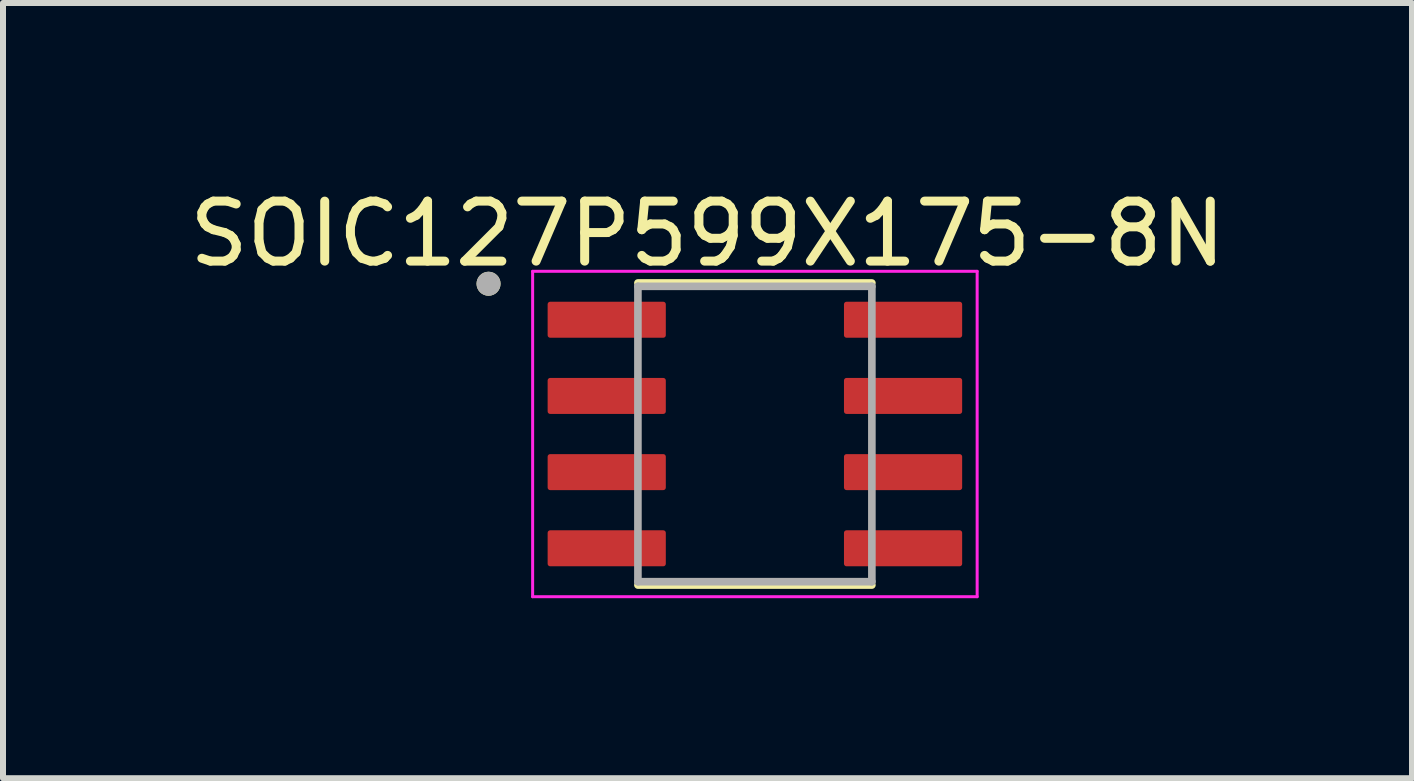
<source format=kicad_pcb>
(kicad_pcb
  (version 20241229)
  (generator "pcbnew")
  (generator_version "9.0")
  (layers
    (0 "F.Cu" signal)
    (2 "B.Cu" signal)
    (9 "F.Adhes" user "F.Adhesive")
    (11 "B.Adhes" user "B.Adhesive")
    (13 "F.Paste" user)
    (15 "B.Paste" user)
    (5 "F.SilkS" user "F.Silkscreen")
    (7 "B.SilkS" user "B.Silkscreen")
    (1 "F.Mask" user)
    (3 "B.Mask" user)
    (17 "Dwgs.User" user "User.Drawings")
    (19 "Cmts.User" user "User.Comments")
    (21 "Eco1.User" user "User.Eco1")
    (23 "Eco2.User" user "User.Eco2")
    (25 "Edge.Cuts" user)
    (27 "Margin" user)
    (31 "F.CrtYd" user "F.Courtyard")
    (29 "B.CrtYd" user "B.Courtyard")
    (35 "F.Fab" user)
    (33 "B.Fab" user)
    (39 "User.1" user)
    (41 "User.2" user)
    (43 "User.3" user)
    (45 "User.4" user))
  (footprint "SOIC127P599X175-8N"
    (layer "F.Cu")
    (at 9.534 4.185)
    (property "Reference" "SOIC127P599X175-8N" (at -0.79 -3.337 0) (layer "F.SilkS") (effects (font (size 1 1) (thickness 0.15))))
    (attr through_hole)
    (fp_line (start -1.95 -2.518) (end 1.95 -2.518) (stroke (width 0.127) (type solid)) (layer "F.SilkS"))
    (fp_line (start -1.95 2.518) (end 1.95 2.518) (stroke (width 0.127) (type solid)) (layer "F.SilkS"))
    (fp_circle (center -4.44 -2.505) (end -4.34 -2.505) (stroke (width 0.2) (type solid)) (fill no) (layer "F.SilkS"))
    (fp_line (start -3.705 -2.712) (end -3.705 2.712) (stroke (width 0.05) (type solid)) (layer "F.CrtYd"))
    (fp_line (start -3.705 -2.712) (end 3.705 -2.712) (stroke (width 0.05) (type solid)) (layer "F.CrtYd"))
    (fp_line (start -3.705 2.712) (end 3.705 2.712) (stroke (width 0.05) (type solid)) (layer "F.CrtYd"))
    (fp_line (start 3.705 -2.712) (end 3.705 2.712) (stroke (width 0.05) (type solid)) (layer "F.CrtYd"))
    (fp_line (start -1.95 -2.462) (end -1.95 2.462) (stroke (width 0.127) (type solid)) (layer "F.Fab"))
    (fp_line (start -1.95 -2.462) (end 1.95 -2.462) (stroke (width 0.127) (type solid)) (layer "F.Fab"))
    (fp_line (start -1.95 2.462) (end 1.95 2.462) (stroke (width 0.127) (type solid)) (layer "F.Fab"))
    (fp_line (start 1.95 -2.462) (end 1.95 2.462) (stroke (width 0.127) (type solid)) (layer "F.Fab"))
    (fp_circle (center -4.44 -2.505) (end -4.34 -2.505) (stroke (width 0.2) (type solid)) (fill no) (layer "F.Fab"))
    (pad "1" smd roundrect (at -2.47 -1.905) (size 1.97 0.6) (layers "F.Cu" "F.Mask" "F.Paste") (roundrect_rratio 0.07))
    (pad "2" smd roundrect (at -2.47 -0.635) (size 1.97 0.6) (layers "F.Cu" "F.Mask" "F.Paste") (roundrect_rratio 0.07))
    (pad "3" smd roundrect (at -2.47 0.635) (size 1.97 0.6) (layers "F.Cu" "F.Mask" "F.Paste") (roundrect_rratio 0.07))
    (pad "4" smd roundrect (at -2.47 1.905) (size 1.97 0.6) (layers "F.Cu" "F.Mask" "F.Paste") (roundrect_rratio 0.07))
    (pad "5" smd roundrect (at 2.47 1.905) (size 1.97 0.6) (layers "F.Cu" "F.Mask" "F.Paste") (roundrect_rratio 0.07))
    (pad "6" smd roundrect (at 2.47 0.635) (size 1.97 0.6) (layers "F.Cu" "F.Mask" "F.Paste") (roundrect_rratio 0.07))
    (pad "7" smd roundrect (at 2.47 -0.635) (size 1.97 0.6) (layers "F.Cu" "F.Mask" "F.Paste") (roundrect_rratio 0.07))
    (pad "8" smd roundrect (at 2.47 -1.905) (size 1.97 0.6) (layers "F.Cu" "F.Mask" "F.Paste") (roundrect_rratio 0.07)))
  (gr_rect
    (start -3 -3)
    (end 20.488 9.923)
    (stroke (width 0.1) (type default))
    (fill no)
    (layer "Edge.Cuts")))
</source>
